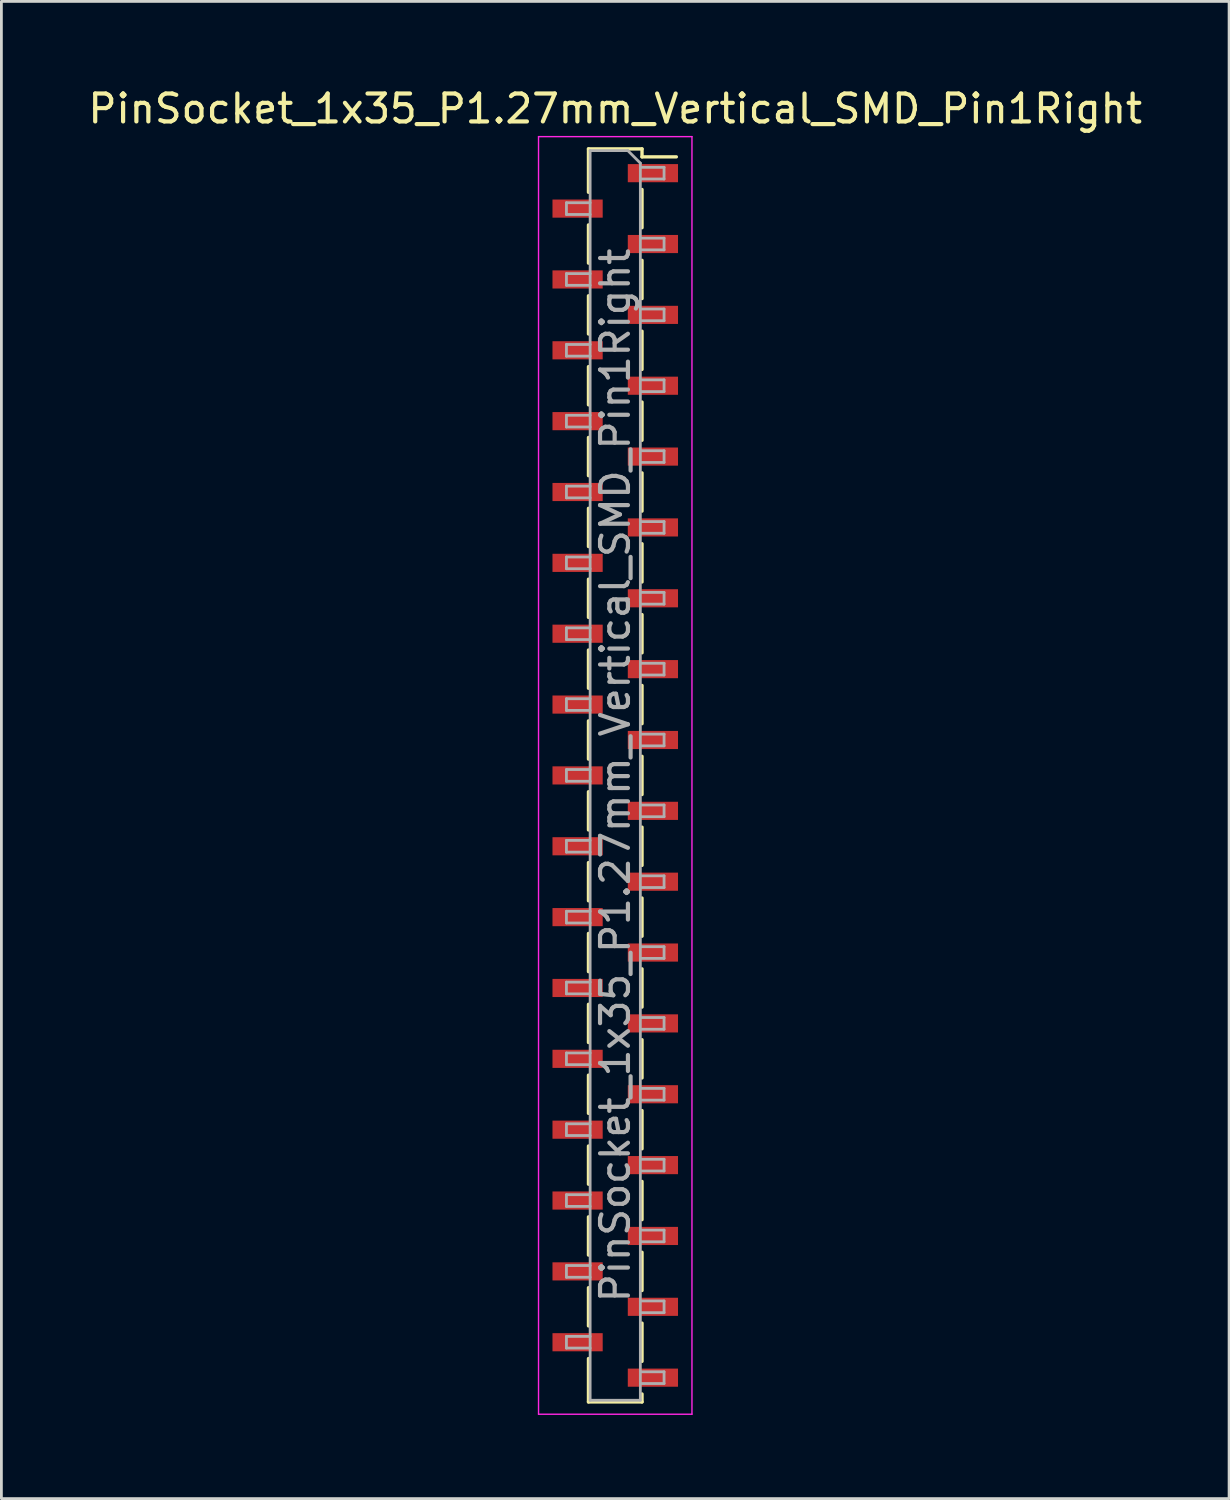
<source format=kicad_pcb>
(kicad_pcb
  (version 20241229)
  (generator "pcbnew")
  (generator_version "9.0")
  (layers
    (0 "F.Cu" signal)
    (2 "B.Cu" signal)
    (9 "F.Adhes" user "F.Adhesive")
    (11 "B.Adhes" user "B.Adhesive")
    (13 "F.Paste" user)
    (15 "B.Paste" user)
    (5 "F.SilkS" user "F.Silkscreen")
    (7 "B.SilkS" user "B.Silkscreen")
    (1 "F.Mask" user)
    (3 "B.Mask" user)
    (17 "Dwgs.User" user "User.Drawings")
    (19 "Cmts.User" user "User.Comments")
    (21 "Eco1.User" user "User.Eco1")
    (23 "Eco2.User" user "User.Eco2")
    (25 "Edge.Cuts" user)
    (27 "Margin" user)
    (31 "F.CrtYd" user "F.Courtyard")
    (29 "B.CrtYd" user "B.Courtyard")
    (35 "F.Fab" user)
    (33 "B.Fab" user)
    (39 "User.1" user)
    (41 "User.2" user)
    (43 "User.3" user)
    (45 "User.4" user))
  (footprint "PinSocket_1x35_P1.27mm_Vertical_SMD_Pin1Right"
    (layer "F.Cu")
    (at 19.006 24.748)
    (property "Reference" "PinSocket_1x35_P1.27mm_Vertical_SMD_Pin1Right" (at 0 -23.9 0) (layer "F.SilkS") (effects (font (size 1 1) (thickness 0.15))))
    (attr smd)
    (fp_line (start -0.96 -22.46) (end -0.96 -20.905) (stroke (width 0.12) (type solid)) (layer "F.SilkS"))
    (fp_line (start -0.96 -22.46) (end 0.96 -22.46) (stroke (width 0.12) (type solid)) (layer "F.SilkS"))
    (fp_line (start -0.96 -19.735) (end -0.96 -18.365) (stroke (width 0.12) (type solid)) (layer "F.SilkS"))
    (fp_line (start -0.96 -17.195) (end -0.96 -15.825) (stroke (width 0.12) (type solid)) (layer "F.SilkS"))
    (fp_line (start -0.96 -14.655) (end -0.96 -13.285) (stroke (width 0.12) (type solid)) (layer "F.SilkS"))
    (fp_line (start -0.96 -12.115) (end -0.96 -10.745) (stroke (width 0.12) (type solid)) (layer "F.SilkS"))
    (fp_line (start -0.96 -9.575) (end -0.96 -8.205) (stroke (width 0.12) (type solid)) (layer "F.SilkS"))
    (fp_line (start -0.96 -7.035) (end -0.96 -5.665) (stroke (width 0.12) (type solid)) (layer "F.SilkS"))
    (fp_line (start -0.96 -4.495) (end -0.96 -3.125) (stroke (width 0.12) (type solid)) (layer "F.SilkS"))
    (fp_line (start -0.96 -1.955) (end -0.96 -0.585) (stroke (width 0.12) (type solid)) (layer "F.SilkS"))
    (fp_line (start -0.96 0.585) (end -0.96 1.955) (stroke (width 0.12) (type solid)) (layer "F.SilkS"))
    (fp_line (start -0.96 3.125) (end -0.96 4.495) (stroke (width 0.12) (type solid)) (layer "F.SilkS"))
    (fp_line (start -0.96 5.665) (end -0.96 7.035) (stroke (width 0.12) (type solid)) (layer "F.SilkS"))
    (fp_line (start -0.96 8.205) (end -0.96 9.575) (stroke (width 0.12) (type solid)) (layer "F.SilkS"))
    (fp_line (start -0.96 10.745) (end -0.96 12.115) (stroke (width 0.12) (type solid)) (layer "F.SilkS"))
    (fp_line (start -0.96 13.285) (end -0.96 14.655) (stroke (width 0.12) (type solid)) (layer "F.SilkS"))
    (fp_line (start -0.96 15.825) (end -0.96 17.195) (stroke (width 0.12) (type solid)) (layer "F.SilkS"))
    (fp_line (start -0.96 18.365) (end -0.96 19.735) (stroke (width 0.12) (type solid)) (layer "F.SilkS"))
    (fp_line (start -0.96 20.905) (end -0.96 22.46) (stroke (width 0.12) (type solid)) (layer "F.SilkS"))
    (fp_line (start -0.96 22.46) (end 0.96 22.46) (stroke (width 0.12) (type solid)) (layer "F.SilkS"))
    (fp_line (start 0.96 -22.46) (end 0.96 -22.175) (stroke (width 0.12) (type solid)) (layer "F.SilkS"))
    (fp_line (start 0.96 -22.175) (end 2.19 -22.175) (stroke (width 0.12) (type solid)) (layer "F.SilkS"))
    (fp_line (start 0.96 -21.005) (end 0.96 -19.635) (stroke (width 0.12) (type solid)) (layer "F.SilkS"))
    (fp_line (start 0.96 -18.465) (end 0.96 -17.095) (stroke (width 0.12) (type solid)) (layer "F.SilkS"))
    (fp_line (start 0.96 -15.925) (end 0.96 -14.555) (stroke (width 0.12) (type solid)) (layer "F.SilkS"))
    (fp_line (start 0.96 -13.385) (end 0.96 -12.015) (stroke (width 0.12) (type solid)) (layer "F.SilkS"))
    (fp_line (start 0.96 -10.845) (end 0.96 -9.475) (stroke (width 0.12) (type solid)) (layer "F.SilkS"))
    (fp_line (start 0.96 -8.305) (end 0.96 -6.935) (stroke (width 0.12) (type solid)) (layer "F.SilkS"))
    (fp_line (start 0.96 -5.765) (end 0.96 -4.395) (stroke (width 0.12) (type solid)) (layer "F.SilkS"))
    (fp_line (start 0.96 -3.225) (end 0.96 -1.855) (stroke (width 0.12) (type solid)) (layer "F.SilkS"))
    (fp_line (start 0.96 -0.685) (end 0.96 0.685) (stroke (width 0.12) (type solid)) (layer "F.SilkS"))
    (fp_line (start 0.96 1.855) (end 0.96 3.225) (stroke (width 0.12) (type solid)) (layer "F.SilkS"))
    (fp_line (start 0.96 4.395) (end 0.96 5.765) (stroke (width 0.12) (type solid)) (layer "F.SilkS"))
    (fp_line (start 0.96 6.935) (end 0.96 8.305) (stroke (width 0.12) (type solid)) (layer "F.SilkS"))
    (fp_line (start 0.96 9.475) (end 0.96 10.845) (stroke (width 0.12) (type solid)) (layer "F.SilkS"))
    (fp_line (start 0.96 12.015) (end 0.96 13.385) (stroke (width 0.12) (type solid)) (layer "F.SilkS"))
    (fp_line (start 0.96 14.555) (end 0.96 15.925) (stroke (width 0.12) (type solid)) (layer "F.SilkS"))
    (fp_line (start 0.96 17.095) (end 0.96 18.465) (stroke (width 0.12) (type solid)) (layer "F.SilkS"))
    (fp_line (start 0.96 19.635) (end 0.96 21.005) (stroke (width 0.12) (type solid)) (layer "F.SilkS"))
    (fp_line (start 0.96 22.175) (end 0.96 22.46) (stroke (width 0.12) (type solid)) (layer "F.SilkS"))
    (fp_line (start -2.75 -22.9) (end 2.75 -22.9) (stroke (width 0.05) (type solid)) (layer "F.CrtYd"))
    (fp_line (start -2.75 22.9) (end -2.75 -22.9) (stroke (width 0.05) (type solid)) (layer "F.CrtYd"))
    (fp_line (start 2.75 -22.9) (end 2.75 22.9) (stroke (width 0.05) (type solid)) (layer "F.CrtYd"))
    (fp_line (start 2.75 22.9) (end -2.75 22.9) (stroke (width 0.05) (type solid)) (layer "F.CrtYd"))
    (fp_line (start -1.75 -20.53) (end -0.9 -20.53) (stroke (width 0.1) (type solid)) (layer "F.Fab"))
    (fp_line (start -1.75 -20.11) (end -1.75 -20.53) (stroke (width 0.1) (type solid)) (layer "F.Fab"))
    (fp_line (start -1.75 -17.99) (end -0.9 -17.99) (stroke (width 0.1) (type solid)) (layer "F.Fab"))
    (fp_line (start -1.75 -17.57) (end -1.75 -17.99) (stroke (width 0.1) (type solid)) (layer "F.Fab"))
    (fp_line (start -1.75 -15.45) (end -0.9 -15.45) (stroke (width 0.1) (type solid)) (layer "F.Fab"))
    (fp_line (start -1.75 -15.03) (end -1.75 -15.45) (stroke (width 0.1) (type solid)) (layer "F.Fab"))
    (fp_line (start -1.75 -12.91) (end -0.9 -12.91) (stroke (width 0.1) (type solid)) (layer "F.Fab"))
    (fp_line (start -1.75 -12.49) (end -1.75 -12.91) (stroke (width 0.1) (type solid)) (layer "F.Fab"))
    (fp_line (start -1.75 -10.37) (end -0.9 -10.37) (stroke (width 0.1) (type solid)) (layer "F.Fab"))
    (fp_line (start -1.75 -9.95) (end -1.75 -10.37) (stroke (width 0.1) (type solid)) (layer "F.Fab"))
    (fp_line (start -1.75 -7.83) (end -0.9 -7.83) (stroke (width 0.1) (type solid)) (layer "F.Fab"))
    (fp_line (start -1.75 -7.41) (end -1.75 -7.83) (stroke (width 0.1) (type solid)) (layer "F.Fab"))
    (fp_line (start -1.75 -5.29) (end -0.9 -5.29) (stroke (width 0.1) (type solid)) (layer "F.Fab"))
    (fp_line (start -1.75 -4.87) (end -1.75 -5.29) (stroke (width 0.1) (type solid)) (layer "F.Fab"))
    (fp_line (start -1.75 -2.75) (end -0.9 -2.75) (stroke (width 0.1) (type solid)) (layer "F.Fab"))
    (fp_line (start -1.75 -2.33) (end -1.75 -2.75) (stroke (width 0.1) (type solid)) (layer "F.Fab"))
    (fp_line (start -1.75 -0.21) (end -0.9 -0.21) (stroke (width 0.1) (type solid)) (layer "F.Fab"))
    (fp_line (start -1.75 0.21) (end -1.75 -0.21) (stroke (width 0.1) (type solid)) (layer "F.Fab"))
    (fp_line (start -1.75 2.33) (end -0.9 2.33) (stroke (width 0.1) (type solid)) (layer "F.Fab"))
    (fp_line (start -1.75 2.75) (end -1.75 2.33) (stroke (width 0.1) (type solid)) (layer "F.Fab"))
    (fp_line (start -1.75 4.87) (end -0.9 4.87) (stroke (width 0.1) (type solid)) (layer "F.Fab"))
    (fp_line (start -1.75 5.29) (end -1.75 4.87) (stroke (width 0.1) (type solid)) (layer "F.Fab"))
    (fp_line (start -1.75 7.41) (end -0.9 7.41) (stroke (width 0.1) (type solid)) (layer "F.Fab"))
    (fp_line (start -1.75 7.83) (end -1.75 7.41) (stroke (width 0.1) (type solid)) (layer "F.Fab"))
    (fp_line (start -1.75 9.95) (end -0.9 9.95) (stroke (width 0.1) (type solid)) (layer "F.Fab"))
    (fp_line (start -1.75 10.37) (end -1.75 9.95) (stroke (width 0.1) (type solid)) (layer "F.Fab"))
    (fp_line (start -1.75 12.49) (end -0.9 12.49) (stroke (width 0.1) (type solid)) (layer "F.Fab"))
    (fp_line (start -1.75 12.91) (end -1.75 12.49) (stroke (width 0.1) (type solid)) (layer "F.Fab"))
    (fp_line (start -1.75 15.03) (end -0.9 15.03) (stroke (width 0.1) (type solid)) (layer "F.Fab"))
    (fp_line (start -1.75 15.45) (end -1.75 15.03) (stroke (width 0.1) (type solid)) (layer "F.Fab"))
    (fp_line (start -1.75 17.57) (end -0.9 17.57) (stroke (width 0.1) (type solid)) (layer "F.Fab"))
    (fp_line (start -1.75 17.99) (end -1.75 17.57) (stroke (width 0.1) (type solid)) (layer "F.Fab"))
    (fp_line (start -1.75 20.11) (end -0.9 20.11) (stroke (width 0.1) (type solid)) (layer "F.Fab"))
    (fp_line (start -1.75 20.53) (end -1.75 20.11) (stroke (width 0.1) (type solid)) (layer "F.Fab"))
    (fp_line (start -0.9 -22.4) (end 0.45 -22.4) (stroke (width 0.1) (type solid)) (layer "F.Fab"))
    (fp_line (start -0.9 -20.11) (end -1.75 -20.11) (stroke (width 0.1) (type solid)) (layer "F.Fab"))
    (fp_line (start -0.9 -17.57) (end -1.75 -17.57) (stroke (width 0.1) (type solid)) (layer "F.Fab"))
    (fp_line (start -0.9 -15.03) (end -1.75 -15.03) (stroke (width 0.1) (type solid)) (layer "F.Fab"))
    (fp_line (start -0.9 -12.49) (end -1.75 -12.49) (stroke (width 0.1) (type solid)) (layer "F.Fab"))
    (fp_line (start -0.9 -9.95) (end -1.75 -9.95) (stroke (width 0.1) (type solid)) (layer "F.Fab"))
    (fp_line (start -0.9 -7.41) (end -1.75 -7.41) (stroke (width 0.1) (type solid)) (layer "F.Fab"))
    (fp_line (start -0.9 -4.87) (end -1.75 -4.87) (stroke (width 0.1) (type solid)) (layer "F.Fab"))
    (fp_line (start -0.9 -2.33) (end -1.75 -2.33) (stroke (width 0.1) (type solid)) (layer "F.Fab"))
    (fp_line (start -0.9 0.21) (end -1.75 0.21) (stroke (width 0.1) (type solid)) (layer "F.Fab"))
    (fp_line (start -0.9 2.75) (end -1.75 2.75) (stroke (width 0.1) (type solid)) (layer "F.Fab"))
    (fp_line (start -0.9 5.29) (end -1.75 5.29) (stroke (width 0.1) (type solid)) (layer "F.Fab"))
    (fp_line (start -0.9 7.83) (end -1.75 7.83) (stroke (width 0.1) (type solid)) (layer "F.Fab"))
    (fp_line (start -0.9 10.37) (end -1.75 10.37) (stroke (width 0.1) (type solid)) (layer "F.Fab"))
    (fp_line (start -0.9 12.91) (end -1.75 12.91) (stroke (width 0.1) (type solid)) (layer "F.Fab"))
    (fp_line (start -0.9 15.45) (end -1.75 15.45) (stroke (width 0.1) (type solid)) (layer "F.Fab"))
    (fp_line (start -0.9 17.99) (end -1.75 17.99) (stroke (width 0.1) (type solid)) (layer "F.Fab"))
    (fp_line (start -0.9 20.53) (end -1.75 20.53) (stroke (width 0.1) (type solid)) (layer "F.Fab"))
    (fp_line (start -0.9 22.4) (end -0.9 -22.4) (stroke (width 0.1) (type solid)) (layer "F.Fab"))
    (fp_line (start 0.45 -22.4) (end 0.9 -21.95) (stroke (width 0.1) (type solid)) (layer "F.Fab"))
    (fp_line (start 0.9 -21.95) (end 0.9 22.4) (stroke (width 0.1) (type solid)) (layer "F.Fab"))
    (fp_line (start 0.9 -21.8) (end 1.75 -21.8) (stroke (width 0.1) (type solid)) (layer "F.Fab"))
    (fp_line (start 0.9 -19.26) (end 1.75 -19.26) (stroke (width 0.1) (type solid)) (layer "F.Fab"))
    (fp_line (start 0.9 -16.72) (end 1.75 -16.72) (stroke (width 0.1) (type solid)) (layer "F.Fab"))
    (fp_line (start 0.9 -14.18) (end 1.75 -14.18) (stroke (width 0.1) (type solid)) (layer "F.Fab"))
    (fp_line (start 0.9 -11.64) (end 1.75 -11.64) (stroke (width 0.1) (type solid)) (layer "F.Fab"))
    (fp_line (start 0.9 -9.1) (end 1.75 -9.1) (stroke (width 0.1) (type solid)) (layer "F.Fab"))
    (fp_line (start 0.9 -6.56) (end 1.75 -6.56) (stroke (width 0.1) (type solid)) (layer "F.Fab"))
    (fp_line (start 0.9 -4.02) (end 1.75 -4.02) (stroke (width 0.1) (type solid)) (layer "F.Fab"))
    (fp_line (start 0.9 -1.48) (end 1.75 -1.48) (stroke (width 0.1) (type solid)) (layer "F.Fab"))
    (fp_line (start 0.9 1.06) (end 1.75 1.06) (stroke (width 0.1) (type solid)) (layer "F.Fab"))
    (fp_line (start 0.9 3.6) (end 1.75 3.6) (stroke (width 0.1) (type solid)) (layer "F.Fab"))
    (fp_line (start 0.9 6.14) (end 1.75 6.14) (stroke (width 0.1) (type solid)) (layer "F.Fab"))
    (fp_line (start 0.9 8.68) (end 1.75 8.68) (stroke (width 0.1) (type solid)) (layer "F.Fab"))
    (fp_line (start 0.9 11.22) (end 1.75 11.22) (stroke (width 0.1) (type solid)) (layer "F.Fab"))
    (fp_line (start 0.9 13.76) (end 1.75 13.76) (stroke (width 0.1) (type solid)) (layer "F.Fab"))
    (fp_line (start 0.9 16.3) (end 1.75 16.3) (stroke (width 0.1) (type solid)) (layer "F.Fab"))
    (fp_line (start 0.9 18.84) (end 1.75 18.84) (stroke (width 0.1) (type solid)) (layer "F.Fab"))
    (fp_line (start 0.9 21.38) (end 1.75 21.38) (stroke (width 0.1) (type solid)) (layer "F.Fab"))
    (fp_line (start 0.9 22.4) (end -0.9 22.4) (stroke (width 0.1) (type solid)) (layer "F.Fab"))
    (fp_line (start 1.75 -21.8) (end 1.75 -21.38) (stroke (width 0.1) (type solid)) (layer "F.Fab"))
    (fp_line (start 1.75 -21.38) (end 0.9 -21.38) (stroke (width 0.1) (type solid)) (layer "F.Fab"))
    (fp_line (start 1.75 -19.26) (end 1.75 -18.84) (stroke (width 0.1) (type solid)) (layer "F.Fab"))
    (fp_line (start 1.75 -18.84) (end 0.9 -18.84) (stroke (width 0.1) (type solid)) (layer "F.Fab"))
    (fp_line (start 1.75 -16.72) (end 1.75 -16.3) (stroke (width 0.1) (type solid)) (layer "F.Fab"))
    (fp_line (start 1.75 -16.3) (end 0.9 -16.3) (stroke (width 0.1) (type solid)) (layer "F.Fab"))
    (fp_line (start 1.75 -14.18) (end 1.75 -13.76) (stroke (width 0.1) (type solid)) (layer "F.Fab"))
    (fp_line (start 1.75 -13.76) (end 0.9 -13.76) (stroke (width 0.1) (type solid)) (layer "F.Fab"))
    (fp_line (start 1.75 -11.64) (end 1.75 -11.22) (stroke (width 0.1) (type solid)) (layer "F.Fab"))
    (fp_line (start 1.75 -11.22) (end 0.9 -11.22) (stroke (width 0.1) (type solid)) (layer "F.Fab"))
    (fp_line (start 1.75 -9.1) (end 1.75 -8.68) (stroke (width 0.1) (type solid)) (layer "F.Fab"))
    (fp_line (start 1.75 -8.68) (end 0.9 -8.68) (stroke (width 0.1) (type solid)) (layer "F.Fab"))
    (fp_line (start 1.75 -6.56) (end 1.75 -6.14) (stroke (width 0.1) (type solid)) (layer "F.Fab"))
    (fp_line (start 1.75 -6.14) (end 0.9 -6.14) (stroke (width 0.1) (type solid)) (layer "F.Fab"))
    (fp_line (start 1.75 -4.02) (end 1.75 -3.6) (stroke (width 0.1) (type solid)) (layer "F.Fab"))
    (fp_line (start 1.75 -3.6) (end 0.9 -3.6) (stroke (width 0.1) (type solid)) (layer "F.Fab"))
    (fp_line (start 1.75 -1.48) (end 1.75 -1.06) (stroke (width 0.1) (type solid)) (layer "F.Fab"))
    (fp_line (start 1.75 -1.06) (end 0.9 -1.06) (stroke (width 0.1) (type solid)) (layer "F.Fab"))
    (fp_line (start 1.75 1.06) (end 1.75 1.48) (stroke (width 0.1) (type solid)) (layer "F.Fab"))
    (fp_line (start 1.75 1.48) (end 0.9 1.48) (stroke (width 0.1) (type solid)) (layer "F.Fab"))
    (fp_line (start 1.75 3.6) (end 1.75 4.02) (stroke (width 0.1) (type solid)) (layer "F.Fab"))
    (fp_line (start 1.75 4.02) (end 0.9 4.02) (stroke (width 0.1) (type solid)) (layer "F.Fab"))
    (fp_line (start 1.75 6.14) (end 1.75 6.56) (stroke (width 0.1) (type solid)) (layer "F.Fab"))
    (fp_line (start 1.75 6.56) (end 0.9 6.56) (stroke (width 0.1) (type solid)) (layer "F.Fab"))
    (fp_line (start 1.75 8.68) (end 1.75 9.1) (stroke (width 0.1) (type solid)) (layer "F.Fab"))
    (fp_line (start 1.75 9.1) (end 0.9 9.1) (stroke (width 0.1) (type solid)) (layer "F.Fab"))
    (fp_line (start 1.75 11.22) (end 1.75 11.64) (stroke (width 0.1) (type solid)) (layer "F.Fab"))
    (fp_line (start 1.75 11.64) (end 0.9 11.64) (stroke (width 0.1) (type solid)) (layer "F.Fab"))
    (fp_line (start 1.75 13.76) (end 1.75 14.18) (stroke (width 0.1) (type solid)) (layer "F.Fab"))
    (fp_line (start 1.75 14.18) (end 0.9 14.18) (stroke (width 0.1) (type solid)) (layer "F.Fab"))
    (fp_line (start 1.75 16.3) (end 1.75 16.72) (stroke (width 0.1) (type solid)) (layer "F.Fab"))
    (fp_line (start 1.75 16.72) (end 0.9 16.72) (stroke (width 0.1) (type solid)) (layer "F.Fab"))
    (fp_line (start 1.75 18.84) (end 1.75 19.26) (stroke (width 0.1) (type solid)) (layer "F.Fab"))
    (fp_line (start 1.75 19.26) (end 0.9 19.26) (stroke (width 0.1) (type solid)) (layer "F.Fab"))
    (fp_line (start 1.75 21.38) (end 1.75 21.8) (stroke (width 0.1) (type solid)) (layer "F.Fab"))
    (fp_line (start 1.75 21.8) (end 0.9 21.8) (stroke (width 0.1) (type solid)) (layer "F.Fab"))
    (fp_text user "${REFERENCE}" (at 0 0 90) (layer "F.Fab") (effects (font (size 1 1) (thickness 0.15))))
    (pad "1" smd rect (at 1.35 -21.59) (size 1.8 0.65) (layers "F.Cu" "F.Mask" "F.Paste"))
    (pad "2" smd rect (at -1.35 -20.32) (size 1.8 0.65) (layers "F.Cu" "F.Mask" "F.Paste"))
    (pad "3" smd rect (at 1.35 -19.05) (size 1.8 0.65) (layers "F.Cu" "F.Mask" "F.Paste"))
    (pad "4" smd rect (at -1.35 -17.78) (size 1.8 0.65) (layers "F.Cu" "F.Mask" "F.Paste"))
    (pad "5" smd rect (at 1.35 -16.51) (size 1.8 0.65) (layers "F.Cu" "F.Mask" "F.Paste"))
    (pad "6" smd rect (at -1.35 -15.24) (size 1.8 0.65) (layers "F.Cu" "F.Mask" "F.Paste"))
    (pad "7" smd rect (at 1.35 -13.97) (size 1.8 0.65) (layers "F.Cu" "F.Mask" "F.Paste"))
    (pad "8" smd rect (at -1.35 -12.7) (size 1.8 0.65) (layers "F.Cu" "F.Mask" "F.Paste"))
    (pad "9" smd rect (at 1.35 -11.43) (size 1.8 0.65) (layers "F.Cu" "F.Mask" "F.Paste"))
    (pad "10" smd rect (at -1.35 -10.16) (size 1.8 0.65) (layers "F.Cu" "F.Mask" "F.Paste"))
    (pad "11" smd rect (at 1.35 -8.89) (size 1.8 0.65) (layers "F.Cu" "F.Mask" "F.Paste"))
    (pad "12" smd rect (at -1.35 -7.62) (size 1.8 0.65) (layers "F.Cu" "F.Mask" "F.Paste"))
    (pad "13" smd rect (at 1.35 -6.35) (size 1.8 0.65) (layers "F.Cu" "F.Mask" "F.Paste"))
    (pad "14" smd rect (at -1.35 -5.08) (size 1.8 0.65) (layers "F.Cu" "F.Mask" "F.Paste"))
    (pad "15" smd rect (at 1.35 -3.81) (size 1.8 0.65) (layers "F.Cu" "F.Mask" "F.Paste"))
    (pad "16" smd rect (at -1.35 -2.54) (size 1.8 0.65) (layers "F.Cu" "F.Mask" "F.Paste"))
    (pad "17" smd rect (at 1.35 -1.27) (size 1.8 0.65) (layers "F.Cu" "F.Mask" "F.Paste"))
    (pad "18" smd rect (at -1.35 0) (size 1.8 0.65) (layers "F.Cu" "F.Mask" "F.Paste"))
    (pad "19" smd rect (at 1.35 1.27) (size 1.8 0.65) (layers "F.Cu" "F.Mask" "F.Paste"))
    (pad "20" smd rect (at -1.35 2.54) (size 1.8 0.65) (layers "F.Cu" "F.Mask" "F.Paste"))
    (pad "21" smd rect (at 1.35 3.81) (size 1.8 0.65) (layers "F.Cu" "F.Mask" "F.Paste"))
    (pad "22" smd rect (at -1.35 5.08) (size 1.8 0.65) (layers "F.Cu" "F.Mask" "F.Paste"))
    (pad "23" smd rect (at 1.35 6.35) (size 1.8 0.65) (layers "F.Cu" "F.Mask" "F.Paste"))
    (pad "24" smd rect (at -1.35 7.62) (size 1.8 0.65) (layers "F.Cu" "F.Mask" "F.Paste"))
    (pad "25" smd rect (at 1.35 8.89) (size 1.8 0.65) (layers "F.Cu" "F.Mask" "F.Paste"))
    (pad "26" smd rect (at -1.35 10.16) (size 1.8 0.65) (layers "F.Cu" "F.Mask" "F.Paste"))
    (pad "27" smd rect (at 1.35 11.43) (size 1.8 0.65) (layers "F.Cu" "F.Mask" "F.Paste"))
    (pad "28" smd rect (at -1.35 12.7) (size 1.8 0.65) (layers "F.Cu" "F.Mask" "F.Paste"))
    (pad "29" smd rect (at 1.35 13.97) (size 1.8 0.65) (layers "F.Cu" "F.Mask" "F.Paste"))
    (pad "30" smd rect (at -1.35 15.24) (size 1.8 0.65) (layers "F.Cu" "F.Mask" "F.Paste"))
    (pad "31" smd rect (at 1.35 16.51) (size 1.8 0.65) (layers "F.Cu" "F.Mask" "F.Paste"))
    (pad "32" smd rect (at -1.35 17.78) (size 1.8 0.65) (layers "F.Cu" "F.Mask" "F.Paste"))
    (pad "33" smd rect (at 1.35 19.05) (size 1.8 0.65) (layers "F.Cu" "F.Mask" "F.Paste"))
    (pad "34" smd rect (at -1.35 20.32) (size 1.8 0.65) (layers "F.Cu" "F.Mask" "F.Paste"))
    (pad "35" smd rect (at 1.35 21.59) (size 1.8 0.65) (layers "F.Cu" "F.Mask" "F.Paste")))
  (gr_rect
    (start -3 -3)
    (end 41.012 50.673)
    (stroke (width 0.1) (type default))
    (fill no)
    (layer "Edge.Cuts")))
</source>
